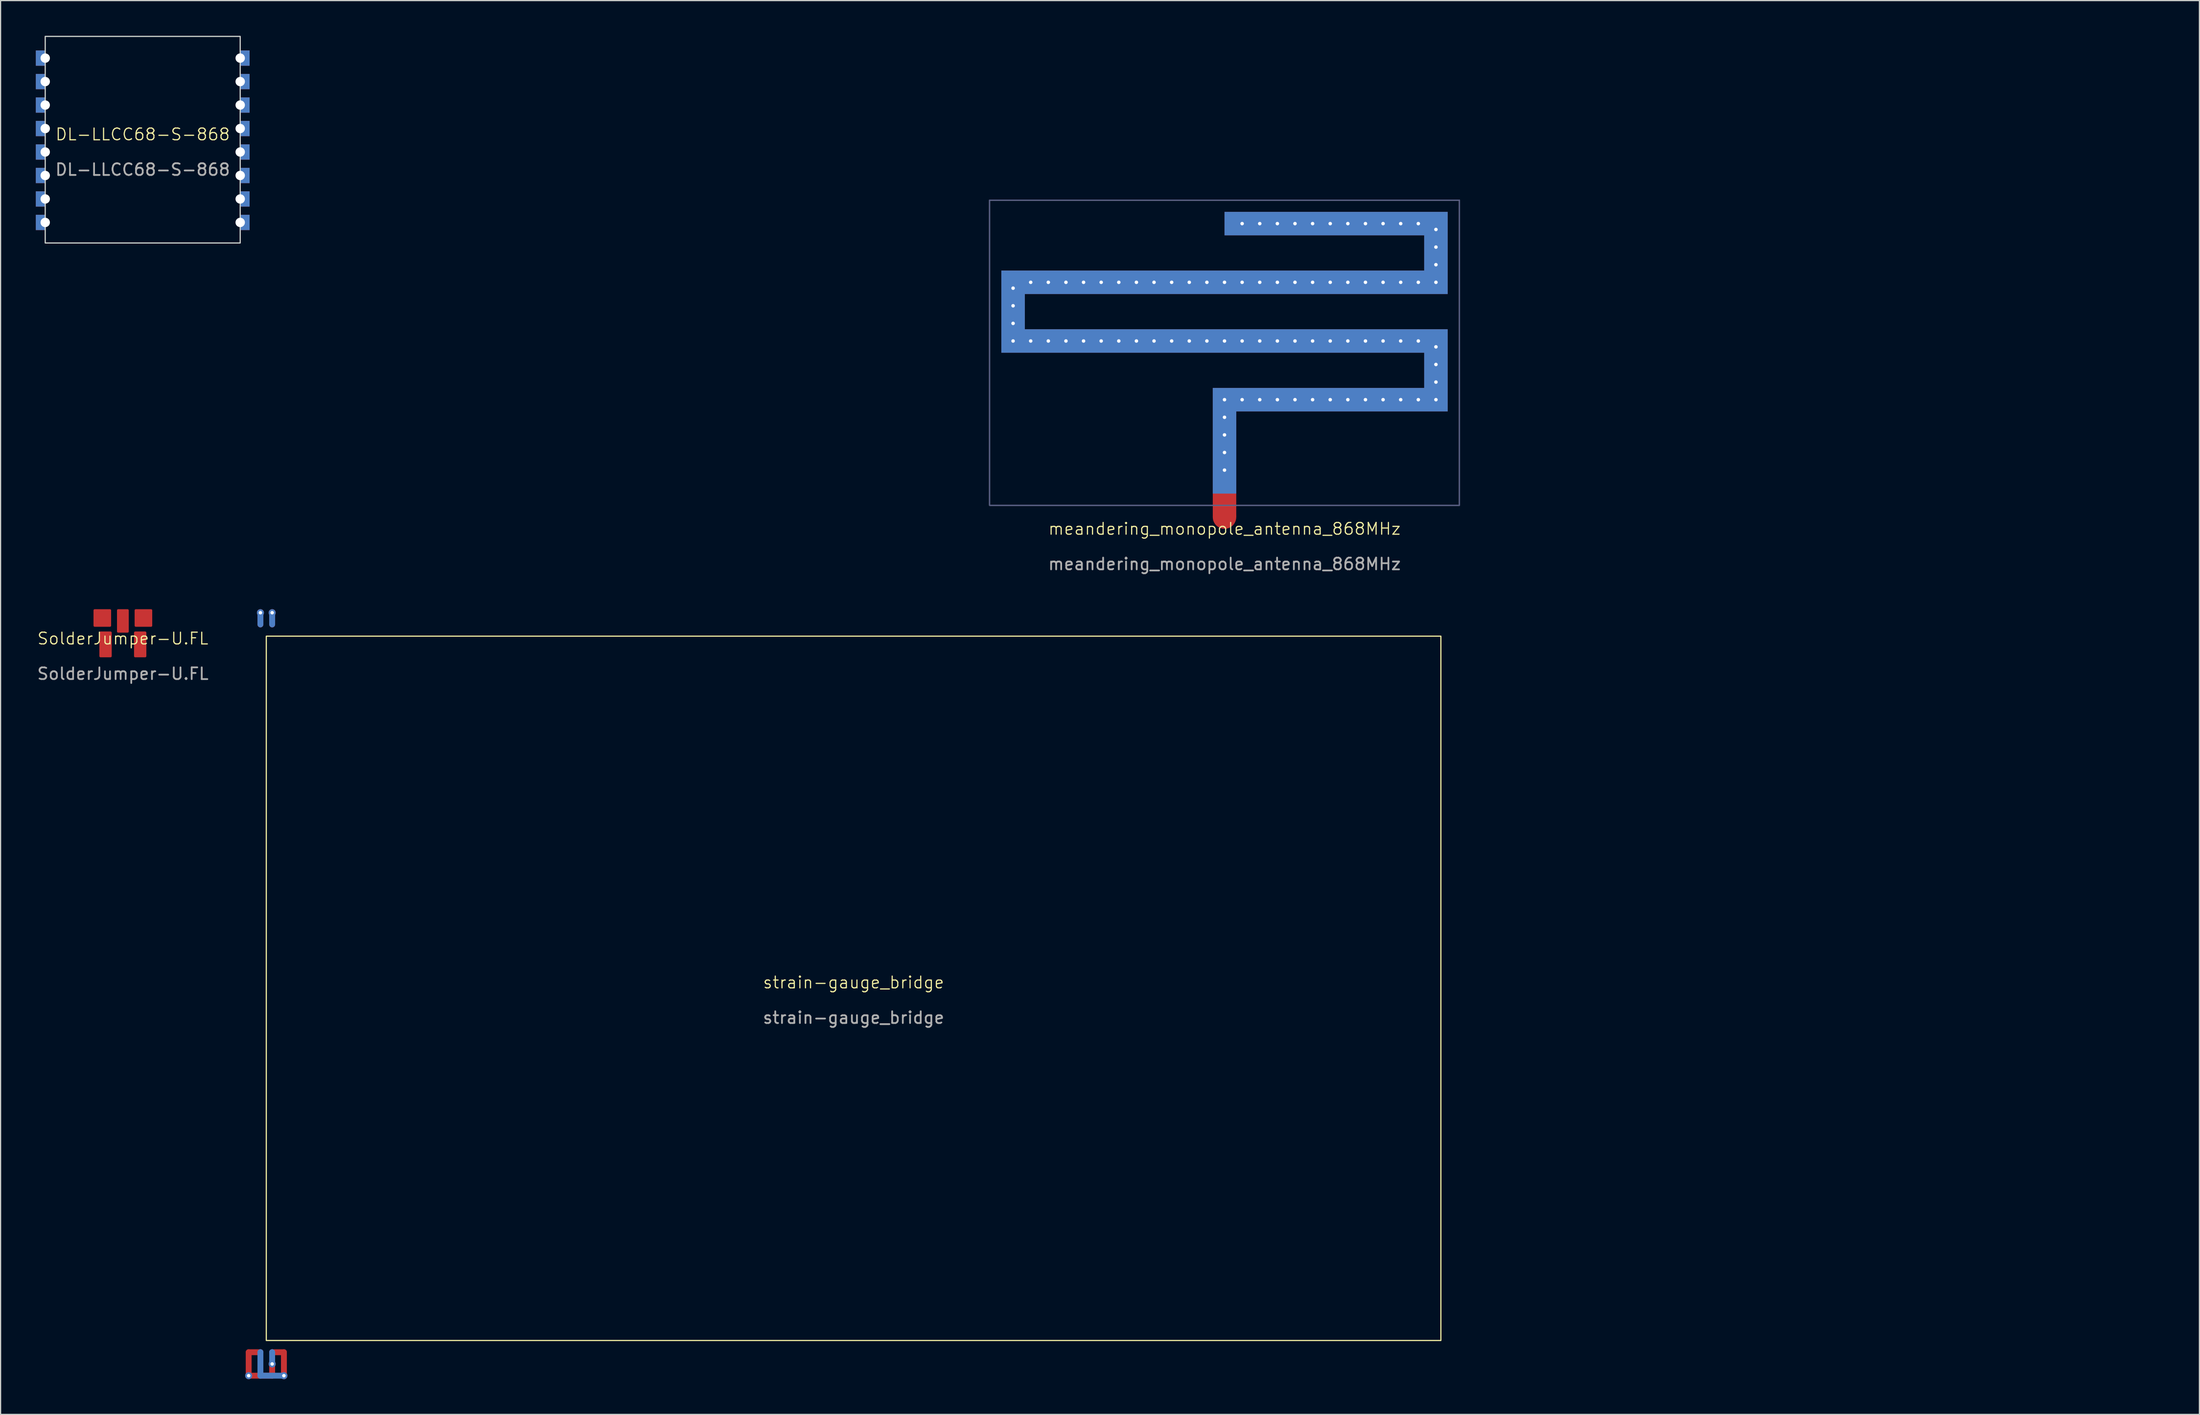
<source format=kicad_pcb>
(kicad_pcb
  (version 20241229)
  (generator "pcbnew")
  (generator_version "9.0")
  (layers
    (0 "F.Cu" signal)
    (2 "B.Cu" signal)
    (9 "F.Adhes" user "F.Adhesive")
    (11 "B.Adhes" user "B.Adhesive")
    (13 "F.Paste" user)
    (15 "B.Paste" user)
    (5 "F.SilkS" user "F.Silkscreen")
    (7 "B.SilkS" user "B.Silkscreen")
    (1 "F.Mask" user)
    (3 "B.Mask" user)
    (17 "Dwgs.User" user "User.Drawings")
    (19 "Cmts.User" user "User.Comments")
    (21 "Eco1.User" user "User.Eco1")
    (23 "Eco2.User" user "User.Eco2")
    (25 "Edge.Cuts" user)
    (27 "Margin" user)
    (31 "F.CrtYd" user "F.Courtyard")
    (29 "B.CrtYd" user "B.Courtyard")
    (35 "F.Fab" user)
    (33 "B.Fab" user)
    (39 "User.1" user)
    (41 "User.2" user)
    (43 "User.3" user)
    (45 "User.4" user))
  (footprint "meandering_monopole_antenna_868MHz"
    (layer "F.Cu")
    (at 101.2 40)
    (property "Reference" "meandering_monopole_antenna_868MHz" (at 0 2 0) (unlocked yes) (layer "F.SilkS") (effects (font (size 1 1) (thickness 0.1))))
    (attr smd)
    (fp_poly (pts (xy -1 1) (xy 1 1) (xy 1 -8) (xy 19 -8) (xy 19 -15) (xy -17 -15) (xy -17 -18) (xy 19 -18) (xy 19 -25) (xy 0 -25) (xy 0 -23) (xy 17 -23) (xy 17 -20) (xy -19 -20) (xy -19 -13) (xy 17 -13) (xy 17 -10) (xy -1 -10)) (stroke (width 0) (type solid)) (fill yes) (layer "F.Cu"))
    (fp_poly (pts (xy -1 -1) (xy 1 -1) (xy 1 -8) (xy 19 -8) (xy 19 -15) (xy -17 -15) (xy -17 -18) (xy 19 -18) (xy 19 -25) (xy 0 -25) (xy 0 -23) (xy 17 -23) (xy 17 -20) (xy -19 -20) (xy -19 -13) (xy 17 -13) (xy 17 -10) (xy -1 -10)) (stroke (width 0) (type solid)) (fill yes) (layer "B.Cu"))
    (fp_poly (pts (xy -20 -26) (xy 20 -26) (xy 20 0) (xy -20 0)) (stroke (width 0.1) (type solid)) (fill no) (layer "B.Fab"))
    (fp_poly (pts (xy -20 -26) (xy 20 -26) (xy 20 0) (xy -20 0)) (stroke (width 0.1) (type solid)) (fill no) (layer "F.Fab"))
    (fp_text user "${REFERENCE}" (at 0 5 0) (unlocked yes) (layer "F.Fab") (effects (font (size 1 1) (thickness 0.15))))
    (pad "1" smd circle (at 0 1) (size 2 2) (layers "F.Cu"))
    (pad "2" thru_hole circle (at -18 -18.5) (size 0.6 0.6) (drill 0.3) (layers "*.Cu"))
    (pad "2" thru_hole circle (at -18 -17) (size 0.6 0.6) (drill 0.3) (layers "*.Cu"))
    (pad "2" thru_hole circle (at -18 -15.5) (size 0.6 0.6) (drill 0.3) (layers "*.Cu"))
    (pad "2" thru_hole circle (at -18 -14) (size 0.6 0.6) (drill 0.3) (layers "*.Cu"))
    (pad "2" thru_hole circle (at -16.5 -19) (size 0.6 0.6) (drill 0.3) (layers "*.Cu"))
    (pad "2" thru_hole circle (at -16.5 -14) (size 0.6 0.6) (drill 0.3) (layers "*.Cu"))
    (pad "2" thru_hole circle (at -15 -19) (size 0.6 0.6) (drill 0.3) (layers "*.Cu"))
    (pad "2" thru_hole circle (at -15 -14) (size 0.6 0.6) (drill 0.3) (layers "*.Cu"))
    (pad "2" thru_hole circle (at -13.5 -19) (size 0.6 0.6) (drill 0.3) (layers "*.Cu"))
    (pad "2" thru_hole circle (at -13.5 -14) (size 0.6 0.6) (drill 0.3) (layers "*.Cu"))
    (pad "2" thru_hole circle (at -12 -19) (size 0.6 0.6) (drill 0.3) (layers "*.Cu"))
    (pad "2" thru_hole circle (at -12 -14) (size 0.6 0.6) (drill 0.3) (layers "*.Cu"))
    (pad "2" thru_hole circle (at -10.5 -19) (size 0.6 0.6) (drill 0.3) (layers "*.Cu"))
    (pad "2" thru_hole circle (at -10.5 -14) (size 0.6 0.6) (drill 0.3) (layers "*.Cu"))
    (pad "2" thru_hole circle (at -9 -19) (size 0.6 0.6) (drill 0.3) (layers "*.Cu"))
    (pad "2" thru_hole circle (at -9 -14) (size 0.6 0.6) (drill 0.3) (layers "*.Cu"))
    (pad "2" thru_hole circle (at -7.5 -19) (size 0.6 0.6) (drill 0.3) (layers "*.Cu"))
    (pad "2" thru_hole circle (at -7.5 -14) (size 0.6 0.6) (drill 0.3) (layers "*.Cu"))
    (pad "2" thru_hole circle (at -6 -19) (size 0.6 0.6) (drill 0.3) (layers "*.Cu"))
    (pad "2" thru_hole circle (at -6 -14) (size 0.6 0.6) (drill 0.3) (layers "*.Cu"))
    (pad "2" thru_hole circle (at -4.5 -19) (size 0.6 0.6) (drill 0.3) (layers "*.Cu"))
    (pad "2" thru_hole circle (at -4.5 -14) (size 0.6 0.6) (drill 0.3) (layers "*.Cu"))
    (pad "2" thru_hole circle (at -3 -19) (size 0.6 0.6) (drill 0.3) (layers "*.Cu"))
    (pad "2" thru_hole circle (at -3 -14) (size 0.6 0.6) (drill 0.3) (layers "*.Cu"))
    (pad "2" thru_hole circle (at -1.5 -19) (size 0.6 0.6) (drill 0.3) (layers "*.Cu"))
    (pad "2" thru_hole circle (at -1.5 -14) (size 0.6 0.6) (drill 0.3) (layers "*.Cu"))
    (pad "2" thru_hole circle (at 0 -19) (size 0.6 0.6) (drill 0.3) (layers "*.Cu"))
    (pad "2" thru_hole circle (at 0 -14) (size 0.6 0.6) (drill 0.3) (layers "*.Cu"))
    (pad "2" thru_hole circle (at 0 -9) (size 0.6 0.6) (drill 0.3) (layers "*.Cu"))
    (pad "2" thru_hole circle (at 0 -7.5) (size 0.6 0.6) (drill 0.3) (layers "*.Cu"))
    (pad "2" thru_hole circle (at 0 -6) (size 0.6 0.6) (drill 0.3) (layers "*.Cu"))
    (pad "2" thru_hole circle (at 0 -4.5) (size 0.6 0.6) (drill 0.3) (layers "*.Cu"))
    (pad "2" thru_hole circle (at 0 -3) (size 0.6 0.6) (drill 0.3) (layers "*.Cu"))
    (pad "2" thru_hole circle (at 1.5 -24) (size 0.6 0.6) (drill 0.3) (layers "*.Cu"))
    (pad "2" thru_hole circle (at 1.5 -19) (size 0.6 0.6) (drill 0.3) (layers "*.Cu"))
    (pad "2" thru_hole circle (at 1.5 -14) (size 0.6 0.6) (drill 0.3) (layers "*.Cu"))
    (pad "2" thru_hole circle (at 1.5 -9) (size 0.6 0.6) (drill 0.3) (layers "*.Cu"))
    (pad "2" thru_hole circle (at 3 -24) (size 0.6 0.6) (drill 0.3) (layers "*.Cu"))
    (pad "2" thru_hole circle (at 3 -19) (size 0.6 0.6) (drill 0.3) (layers "*.Cu"))
    (pad "2" thru_hole circle (at 3 -14) (size 0.6 0.6) (drill 0.3) (layers "*.Cu"))
    (pad "2" thru_hole circle (at 3 -9) (size 0.6 0.6) (drill 0.3) (layers "*.Cu"))
    (pad "2" thru_hole circle (at 4.5 -24) (size 0.6 0.6) (drill 0.3) (layers "*.Cu"))
    (pad "2" thru_hole circle (at 4.5 -19) (size 0.6 0.6) (drill 0.3) (layers "*.Cu"))
    (pad "2" thru_hole circle (at 4.5 -14) (size 0.6 0.6) (drill 0.3) (layers "*.Cu"))
    (pad "2" thru_hole circle (at 4.5 -9) (size 0.6 0.6) (drill 0.3) (layers "*.Cu"))
    (pad "2" thru_hole circle (at 6 -24) (size 0.6 0.6) (drill 0.3) (layers "*.Cu"))
    (pad "2" thru_hole circle (at 6 -19) (size 0.6 0.6) (drill 0.3) (layers "*.Cu"))
    (pad "2" thru_hole circle (at 6 -14) (size 0.6 0.6) (drill 0.3) (layers "*.Cu"))
    (pad "2" thru_hole circle (at 6 -9) (size 0.6 0.6) (drill 0.3) (layers "*.Cu"))
    (pad "2" thru_hole circle (at 7.5 -24) (size 0.6 0.6) (drill 0.3) (layers "*.Cu"))
    (pad "2" thru_hole circle (at 7.5 -19) (size 0.6 0.6) (drill 0.3) (layers "*.Cu"))
    (pad "2" thru_hole circle (at 7.5 -14) (size 0.6 0.6) (drill 0.3) (layers "*.Cu"))
    (pad "2" thru_hole circle (at 7.5 -9) (size 0.6 0.6) (drill 0.3) (layers "*.Cu"))
    (pad "2" thru_hole circle (at 9 -24) (size 0.6 0.6) (drill 0.3) (layers "*.Cu"))
    (pad "2" thru_hole circle (at 9 -19) (size 0.6 0.6) (drill 0.3) (layers "*.Cu"))
    (pad "2" thru_hole circle (at 9 -14) (size 0.6 0.6) (drill 0.3) (layers "*.Cu"))
    (pad "2" thru_hole circle (at 9 -9) (size 0.6 0.6) (drill 0.3) (layers "*.Cu"))
    (pad "2" thru_hole circle (at 10.5 -24) (size 0.6 0.6) (drill 0.3) (layers "*.Cu"))
    (pad "2" thru_hole circle (at 10.5 -19) (size 0.6 0.6) (drill 0.3) (layers "*.Cu"))
    (pad "2" thru_hole circle (at 10.5 -14) (size 0.6 0.6) (drill 0.3) (layers "*.Cu"))
    (pad "2" thru_hole circle (at 10.5 -9) (size 0.6 0.6) (drill 0.3) (layers "*.Cu"))
    (pad "2" thru_hole circle (at 12 -24) (size 0.6 0.6) (drill 0.3) (layers "*.Cu"))
    (pad "2" thru_hole circle (at 12 -19) (size 0.6 0.6) (drill 0.3) (layers "*.Cu"))
    (pad "2" thru_hole circle (at 12 -14) (size 0.6 0.6) (drill 0.3) (layers "*.Cu"))
    (pad "2" thru_hole circle (at 12 -9) (size 0.6 0.6) (drill 0.3) (layers "*.Cu"))
    (pad "2" thru_hole circle (at 13.5 -24) (size 0.6 0.6) (drill 0.3) (layers "*.Cu"))
    (pad "2" thru_hole circle (at 13.5 -19) (size 0.6 0.6) (drill 0.3) (layers "*.Cu"))
    (pad "2" thru_hole circle (at 13.5 -14) (size 0.6 0.6) (drill 0.3) (layers "*.Cu"))
    (pad "2" thru_hole circle (at 13.5 -9) (size 0.6 0.6) (drill 0.3) (layers "*.Cu"))
    (pad "2" thru_hole circle (at 15 -24) (size 0.6 0.6) (drill 0.3) (layers "*.Cu"))
    (pad "2" thru_hole circle (at 15 -19) (size 0.6 0.6) (drill 0.3) (layers "*.Cu"))
    (pad "2" thru_hole circle (at 15 -14) (size 0.6 0.6) (drill 0.3) (layers "*.Cu"))
    (pad "2" thru_hole circle (at 15 -9) (size 0.6 0.6) (drill 0.3) (layers "*.Cu"))
    (pad "2" thru_hole circle (at 16.5 -24) (size 0.6 0.6) (drill 0.3) (layers "*.Cu"))
    (pad "2" thru_hole circle (at 16.5 -19) (size 0.6 0.6) (drill 0.3) (layers "*.Cu"))
    (pad "2" thru_hole circle (at 16.5 -14) (size 0.6 0.6) (drill 0.3) (layers "*.Cu"))
    (pad "2" thru_hole circle (at 16.5 -9) (size 0.6 0.6) (drill 0.3) (layers "*.Cu"))
    (pad "2" thru_hole circle (at 18 -23.5) (size 0.6 0.6) (drill 0.3) (layers "*.Cu"))
    (pad "2" thru_hole circle (at 18 -22) (size 0.6 0.6) (drill 0.3) (layers "*.Cu"))
    (pad "2" thru_hole circle (at 18 -20.5) (size 0.6 0.6) (drill 0.3) (layers "*.Cu"))
    (pad "2" thru_hole circle (at 18 -19) (size 0.6 0.6) (drill 0.3) (layers "*.Cu"))
    (pad "2" thru_hole circle (at 18 -13.5) (size 0.6 0.6) (drill 0.3) (layers "*.Cu"))
    (pad "2" thru_hole circle (at 18 -12) (size 0.6 0.6) (drill 0.3) (layers "*.Cu"))
    (pad "2" thru_hole circle (at 18 -10.5) (size 0.6 0.6) (drill 0.3) (layers "*.Cu"))
    (pad "2" thru_hole circle (at 18 -9) (size 0.6 0.6) (drill 0.3) (layers "*.Cu"))
    (zone (net_name "") (layers "F.Cu" "F.Mask" "B.Cu" "B.Mask" "F.Paste" "B.Paste") (hatch edge 0.5) (connect_pads) (min_thickness 0.25) (filled_areas_thickness no) (keepout (tracks not_allowed) (vias not_allowed) (pads allowed) (copperpour not_allowed) (footprints not_allowed)) (placement (enabled no)) (fill) (polygon (pts (xy 51.2 40) (xy 21.2 10) (xy 21.2 0) (xy 181.2 0) (xy 181.2 10) (xy 151.2 40)))))
  (footprint "SolderJumper-U.FL"
    (layer "F.Cu")
    (at 7.411 51.848)
    (property "Reference" "SolderJumper-U.FL" (at 0 -0.5 0) (unlocked yes) (layer "F.SilkS") (effects (font (size 1 1) (thickness 0.1))))
    (attr smd)
    (fp_text user "${REFERENCE}" (at 0 2.5 0) (unlocked yes) (layer "F.Fab") (effects (font (size 1 1) (thickness 0.15))))
    (pad "1" smd roundrect (at 0 -2) (size 1 2) (layers "F.Cu" "F.Mask" "F.Paste") (roundrect_rratio 0.1))
    (pad "2" smd roundrect (at -1.475 0) (size 1.05 2.2) (layers "F.Cu" "F.Mask" "F.Paste") (roundrect_rratio 0.095))
    (pad "2" smd roundrect (at 1.475 0) (size 1.05 2.2) (layers "F.Cu" "F.Mask" "F.Paste") (roundrect_rratio 0.095))
    (pad "3" smd roundrect (at -1.75 -2.25) (size 1.5 1.5) (layers "F.Cu" "F.Mask" "F.Paste") (roundrect_rratio 0.067))
    (pad "4" smd roundrect (at 1.75 -2.25) (size 1.5 1.5) (layers "F.Cu" "F.Mask" "F.Paste") (roundrect_rratio 0.067))
    (zone (net_name "") (layer "F.SilkS") (hatch edge 0.5) (connect_pads) (min_thickness 0.25) (filled_areas_thickness no) (keepout (tracks not_allowed) (vias not_allowed) (pads not_allowed) (copperpour not_allowed) (footprints allowed)) (placement (enabled no)) (fill) (polygon (pts (xy 6.561 50.948) (xy 8.261 50.948) (xy 8.261 52.848) (xy 6.561 52.848)))))
  (footprint "DL-LLCC68-S-868"
    (layer "F.Cu")
    (at 9.1 8.9)
    (property "Reference" "DL-LLCC68-S-868" (at 0 -0.5 0) (unlocked yes) (layer "F.SilkS") (effects (font (size 1 1) (thickness 0.1))))
    (attr through_hole)
    (fp_rect (start -8.3 -8.85) (end 8.3 8.75) (stroke (width 0.1) (type default)) (fill no) (layer "Edge.Cuts"))
    (fp_text user "${REFERENCE}" (at 0 2.5 0) (unlocked yes) (layer "F.Fab") (effects (font (size 1 1) (thickness 0.15))))
    (pad "1" thru_hole rect (at -8.3 -7) (size 0.8 1.3) (drill 1 (offset -0.4 0)) (property pad_prop_castellated) (layers "*.Cu" "*.Mask"))
    (pad "2" thru_hole rect (at -8.3 -5) (size 0.8 1.3) (drill 1 (offset -0.4 0)) (property pad_prop_castellated) (layers "*.Cu" "*.Mask"))
    (pad "3" thru_hole rect (at -8.3 -3) (size 0.8 1.3) (drill 1 (offset -0.4 0)) (property pad_prop_castellated) (layers "*.Cu" "*.Mask"))
    (pad "4" thru_hole rect (at -8.3 -1) (size 0.8 1.3) (drill 1 (offset -0.4 0)) (property pad_prop_castellated) (layers "*.Cu" "*.Mask"))
    (pad "5" thru_hole rect (at -8.3 1) (size 0.8 1.3) (drill 1 (offset -0.4 0)) (property pad_prop_castellated) (layers "*.Cu" "*.Mask"))
    (pad "6" thru_hole rect (at -8.3 3) (size 0.8 1.3) (drill 1 (offset -0.4 0)) (property pad_prop_castellated) (layers "*.Cu" "*.Mask"))
    (pad "7" thru_hole rect (at -8.3 5) (size 0.8 1.3) (drill 1 (offset -0.4 0)) (property pad_prop_castellated) (layers "*.Cu" "*.Mask"))
    (pad "8" thru_hole rect (at -8.3 7) (size 0.8 1.3) (drill 1 (offset -0.4 0)) (property pad_prop_castellated) (layers "*.Cu" "*.Mask"))
    (pad "9" thru_hole rect (at 8.3 7) (size 0.8 1.3) (drill 1 (offset 0.4 0)) (property pad_prop_castellated) (layers "*.Cu" "*.Mask"))
    (pad "10" thru_hole rect (at 8.3 5) (size 0.8 1.3) (drill 1 (offset 0.4 0)) (property pad_prop_castellated) (layers "*.Cu" "*.Mask"))
    (pad "11" thru_hole rect (at 8.3 3) (size 0.8 1.3) (drill 1 (offset 0.4 0)) (property pad_prop_castellated) (layers "*.Cu" "*.Mask"))
    (pad "12" thru_hole rect (at 8.3 1) (size 0.8 1.3) (drill 1 (offset 0.4 0)) (property pad_prop_castellated) (layers "*.Cu" "*.Mask"))
    (pad "13" thru_hole rect (at 8.3 -1) (size 0.8 1.3) (drill 1 (offset 0.4 0)) (property pad_prop_castellated) (layers "*.Cu" "*.Mask"))
    (pad "14" thru_hole rect (at 8.3 -3) (size 0.8 1.3) (drill 1 (offset 0.4 0)) (property pad_prop_castellated) (layers "*.Cu" "*.Mask"))
    (pad "15" thru_hole rect (at 8.3 -5) (size 0.8 1.3) (drill 1 (offset 0.4 0)) (property pad_prop_castellated) (layers "*.Cu" "*.Mask"))
    (pad "16" thru_hole rect (at 8.3 -7) (size 0.8 1.3) (drill 1 (offset 0.4 0)) (property pad_prop_castellated) (layers "*.Cu" "*.Mask")))
  (footprint "strain-gauge_bridge"
    (layer "F.Cu")
    (at 69.621 81.148)
    (property "Reference" "strain-gauge_bridge" (at 0 -0.5 0) (unlocked yes) (layer "F.SilkS") (effects (font (size 1 1) (thickness 0.1))))
    (attr smd)
    (fp_line (start -51.5 33) (end -51.5 31) (stroke (width 0.5) (type solid)) (layer "F.Cu"))
    (fp_line (start -50.5 31) (end -51.5 31) (stroke (width 0.5) (type solid)) (layer "F.Cu"))
    (fp_line (start -49.5 31) (end -48.5 31) (stroke (width 0.5) (type solid)) (layer "F.Cu"))
    (fp_line (start -49.5 32) (end -49.5 33) (stroke (width 0.5) (type solid)) (layer "F.Cu"))
    (fp_line (start -49.5 33) (end -51.5 33) (stroke (width 0.5) (type solid)) (layer "F.Cu"))
    (fp_line (start -48.5 31) (end -48.5 33) (stroke (width 0.5) (type solid)) (layer "F.Cu"))
    (fp_rect (start -50.75 -32) (end -50.25 -31) (stroke (width 0) (type solid)) (fill yes) (layer "F.Cu"))
    (fp_rect (start -49.75 -32) (end -49.25 -31) (stroke (width 0) (type solid)) (fill yes) (layer "F.Cu"))
    (fp_line (start -50.5 31) (end -50.5 33) (stroke (width 0.5) (type solid)) (layer "B.Cu"))
    (fp_line (start -50.5 33) (end -48.5 33) (stroke (width 0.5) (type solid)) (layer "B.Cu"))
    (fp_line (start -49.5 31) (end -49.5 32) (stroke (width 0.5) (type solid)) (layer "B.Cu"))
    (fp_rect (start -50.75 -32) (end -50.25 -31) (stroke (width 0) (type solid)) (fill yes) (layer "B.Cu"))
    (fp_rect (start -49.75 -32) (end -49.25 -31) (stroke (width 0) (type solid)) (fill yes) (layer "B.Cu"))
    (fp_rect (start -50 -30) (end 50 30) (stroke (width 0.1) (type default)) (fill no) (layer "F.SilkS"))
    (fp_text user "${REFERENCE}" (at 0 2.5 0) (unlocked yes) (layer "F.Fab") (effects (font (size 1 1) (thickness 0.15))))
    (pad "0" thru_hole circle (at -49.5 32) (size 0.6 0.6) (drill 0.3) (layers "*.Cu"))
    (pad "1" thru_hole circle (at -50.5 -32) (size 0.6 0.6) (drill 0.3) (layers "*.Cu"))
    (pad "2" thru_hole circle (at -49.5 -32) (size 0.6 0.6) (drill 0.3) (layers "*.Cu"))
    (pad "3" smd circle (at -50.5 -31) (size 0.5 0.5) (layers "F.Cu"))
    (pad "4" smd circle (at -50.5 31) (size 0.5 0.5) (layers "F.Cu"))
    (pad "5" smd circle (at -49.5 31) (size 0.5 0.5) (layers "B.Cu"))
    (pad "6" smd circle (at -49.5 -31) (size 0.5 0.5) (layers "B.Cu"))
    (pad "7" smd circle (at -50.5 -31) (size 0.5 0.5) (layers "B.Cu"))
    (pad "8" smd circle (at -50.5 31) (size 0.5 0.5) (layers "B.Cu"))
    (pad "9" smd circle (at -49.5 31) (size 0.5 0.5) (layers "F.Cu"))
    (pad "10" smd circle (at -49.5 -31) (size 0.5 0.5) (layers "F.Cu"))
    (pad "11" thru_hole circle (at -51.5 33) (size 0.6 0.6) (drill 0.3) (layers "*.Cu"))
    (pad "12" thru_hole circle (at -48.5 33) (size 0.6 0.6) (drill 0.3) (layers "*.Cu")))
  (gr_rect
    (start -3 -3)
    (end 184.2 117.448)
    (stroke (width 0.1) (type default))
    (fill no)
    (layer "Edge.Cuts")))
</source>
